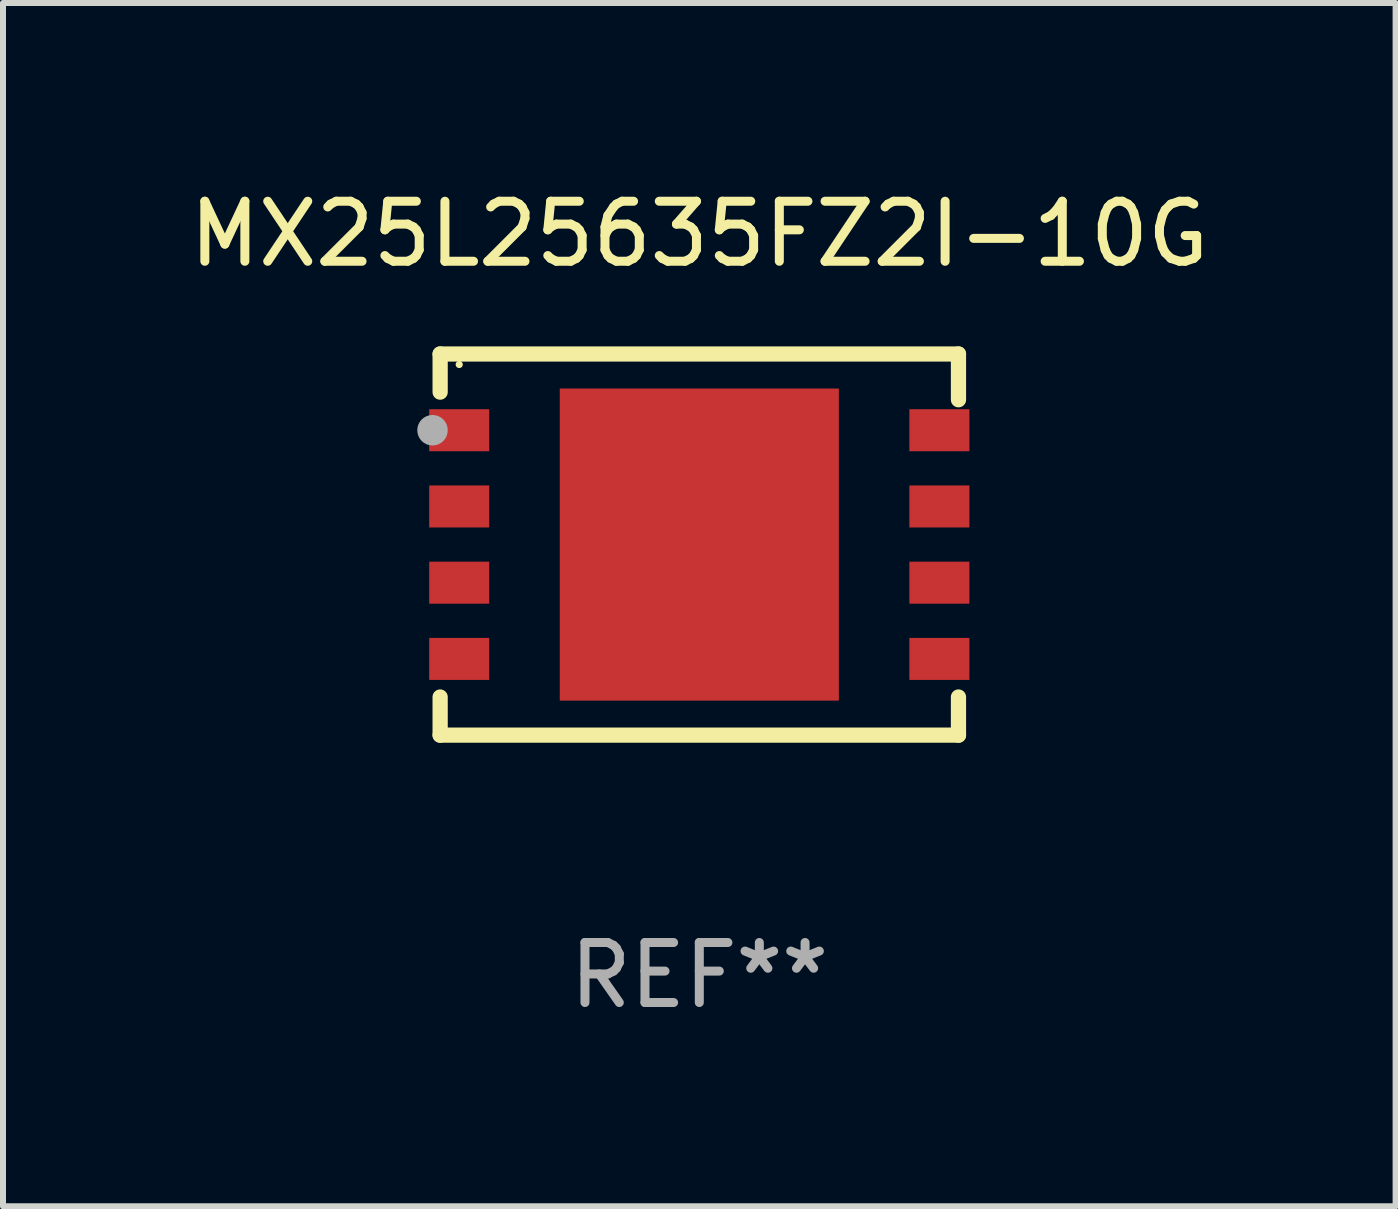
<source format=kicad_pcb>
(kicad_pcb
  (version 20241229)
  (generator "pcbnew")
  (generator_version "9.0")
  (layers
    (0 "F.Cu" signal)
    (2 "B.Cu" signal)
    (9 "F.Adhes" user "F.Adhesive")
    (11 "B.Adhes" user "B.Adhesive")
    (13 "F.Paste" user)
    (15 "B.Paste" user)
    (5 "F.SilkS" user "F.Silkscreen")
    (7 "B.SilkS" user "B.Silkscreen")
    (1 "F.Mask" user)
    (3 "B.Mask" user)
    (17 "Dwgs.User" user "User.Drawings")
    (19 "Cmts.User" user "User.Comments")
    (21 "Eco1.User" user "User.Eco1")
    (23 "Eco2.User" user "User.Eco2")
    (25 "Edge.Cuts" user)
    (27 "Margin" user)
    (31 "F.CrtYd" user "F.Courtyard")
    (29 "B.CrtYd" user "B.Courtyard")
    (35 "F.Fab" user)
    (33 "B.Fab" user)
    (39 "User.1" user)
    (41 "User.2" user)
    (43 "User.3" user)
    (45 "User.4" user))
  (footprint "MX25L25635FZ2I-10G"
    (layer "F.Cu")
    (at 8.601 6.023)
    (property "Reference" "MX25L25635FZ2I-10G" (at 0 -5.175 0) (layer "F.SilkS") (effects (font (size 1 1) (thickness 0.15))))
    (attr through_hole)
    (fp_line (start -4.318 -3.175) (end 4.318 -3.175) (stroke (width 0.254) (type solid)) (layer "F.SilkS"))
    (fp_line (start -4.318 -2.54) (end -4.318 -3.175) (stroke (width 0.254) (type solid)) (layer "F.SilkS"))
    (fp_line (start -4.318 2.54) (end -4.318 3.175) (stroke (width 0.254) (type solid)) (layer "F.SilkS"))
    (fp_line (start -4.318 3.175) (end 4.318 3.175) (stroke (width 0.254) (type solid)) (layer "F.SilkS"))
    (fp_line (start 4.318 -3.175) (end 4.318 -2.413) (stroke (width 0.254) (type solid)) (layer "F.SilkS"))
    (fp_line (start 4.318 3.175) (end 4.318 2.54) (stroke (width 0.254) (type solid)) (layer "F.SilkS"))
    (fp_circle (center -4 -3) (end -3.97 -3) (stroke (width 0.06) (type solid)) (fill no) (layer "F.SilkS"))
    (fp_circle (center -4.445 -1.905) (end -4.318 -1.905) (stroke (width 0.254) (type solid)) (fill no) (layer "F.Fab"))
    (fp_text user "REF**" (at 0 7.175 0) (layer "F.Fab") (effects (font (size 1 1) (thickness 0.15))))
    (pad "1" smd rect (at -4 -1.905 270) (size 0.7 1) (layers "F.Cu" "F.Mask" "F.Paste"))
    (pad "2" smd rect (at -4 -0.635 270) (size 0.7 1) (layers "F.Cu" "F.Mask" "F.Paste"))
    (pad "3" smd rect (at -4 0.635 270) (size 0.7 1) (layers "F.Cu" "F.Mask" "F.Paste"))
    (pad "4" smd rect (at -4 1.905 270) (size 0.7 1) (layers "F.Cu" "F.Mask" "F.Paste"))
    (pad "5" smd rect (at 4 1.905 90) (size 0.7 1) (layers "F.Cu" "F.Mask" "F.Paste"))
    (pad "6" smd rect (at 4 0.635 90) (size 0.7 1) (layers "F.Cu" "F.Mask" "F.Paste"))
    (pad "7" smd rect (at 4 -0.635 90) (size 0.7 1) (layers "F.Cu" "F.Mask" "F.Paste"))
    (pad "8" smd rect (at 4 -1.905 90) (size 0.7 1) (layers "F.Cu" "F.Mask" "F.Paste"))
    (pad "9" smd rect (at 0 0 90) (size 5.2 4.65) (layers "F.Cu" "F.Mask" "F.Paste")))
  (gr_rect
    (start -3 -3)
    (end 20.202 17.047)
    (stroke (width 0.1) (type default))
    (fill no)
    (layer "Edge.Cuts")))
</source>
